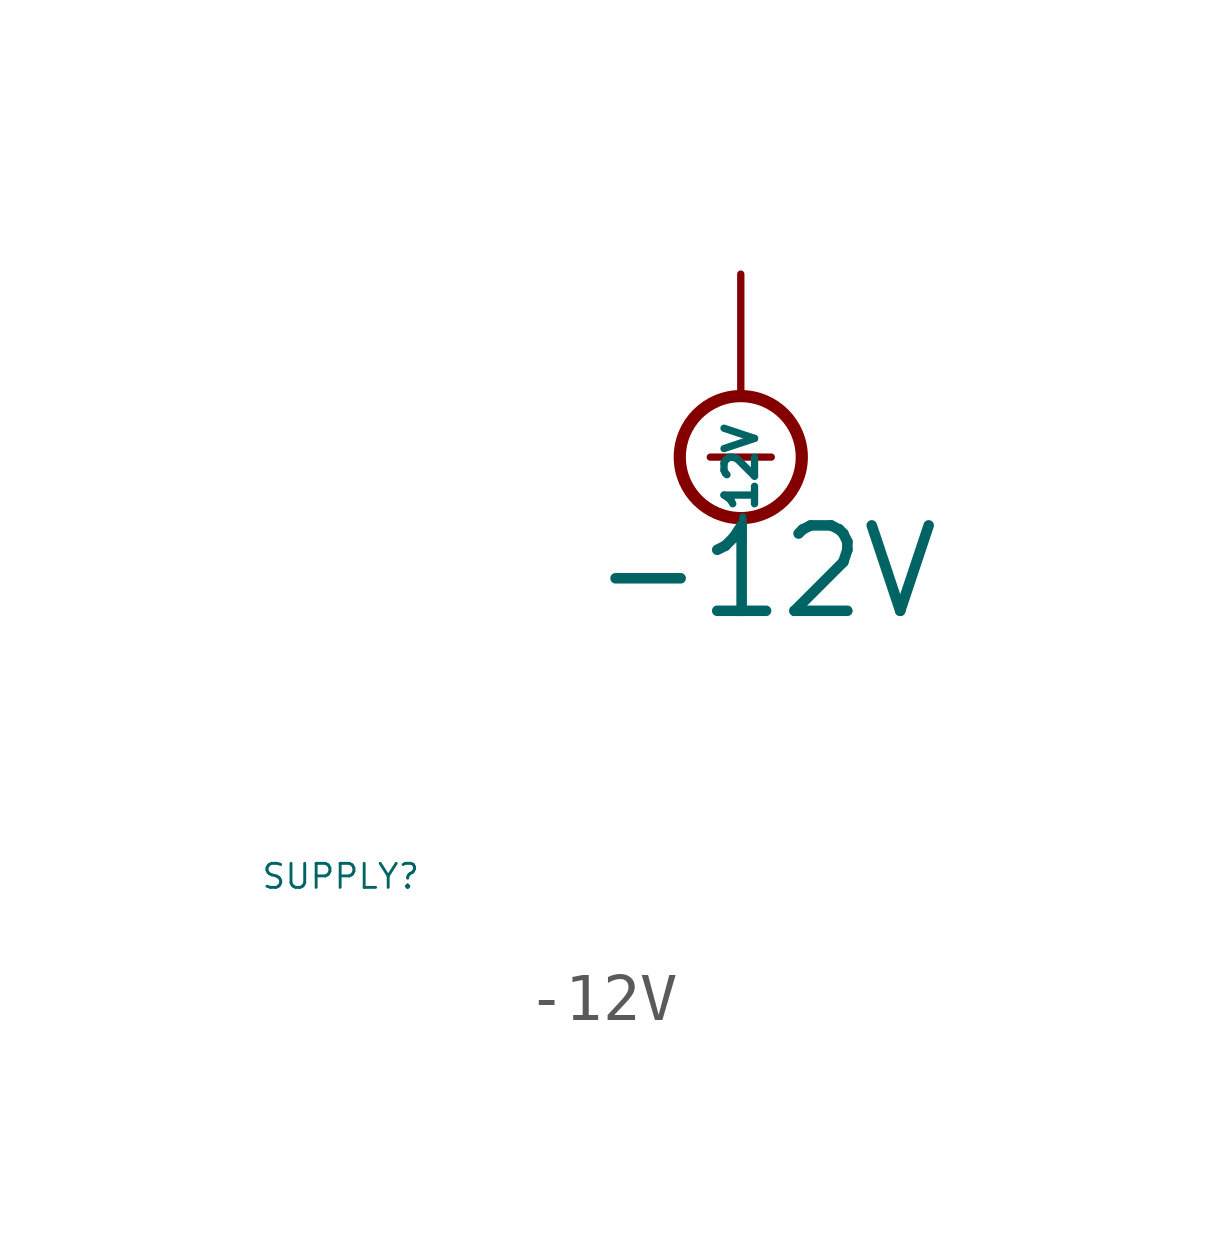
<source format=kicad_sym>
(kicad_symbol_lib
  (version 20220914)
  (generator Eagle2Kicad)
  (symbol "-12V"
    (property "Reference" "SUPPLY"
      (at -10 -10 0)
      (effects (font (size 0.5 0.5) (thickness 0.06)) (justify left)))
    (property "Value" "-12V"
      (at -3.175 -4.699 0)
      (effects (font (size 1.778 1.778) (thickness 0.22)) (justify left bottom)))
    (polyline
      (pts (xy -0.635 -1.27) (xy 0.635 -1.27))
      (stroke (width 0.152) (type default))
      (fill (type none)))
    (circle
      (center 0 -1.27)
      (radius 1.27)
      (stroke (width 0.254) (type default))
      (fill (type none)))
    (pin unspecified line
      (at 0 2.54 270)
      (length 2.54)
      (name "-12V" (effects (font (size 0.635 0.635) (thickness 0.08)) (justify left bottom)))
      (number "" (effects (font (size 0.635 0.635) (thickness 0.08)) (justify left bottom))))))
</source>
